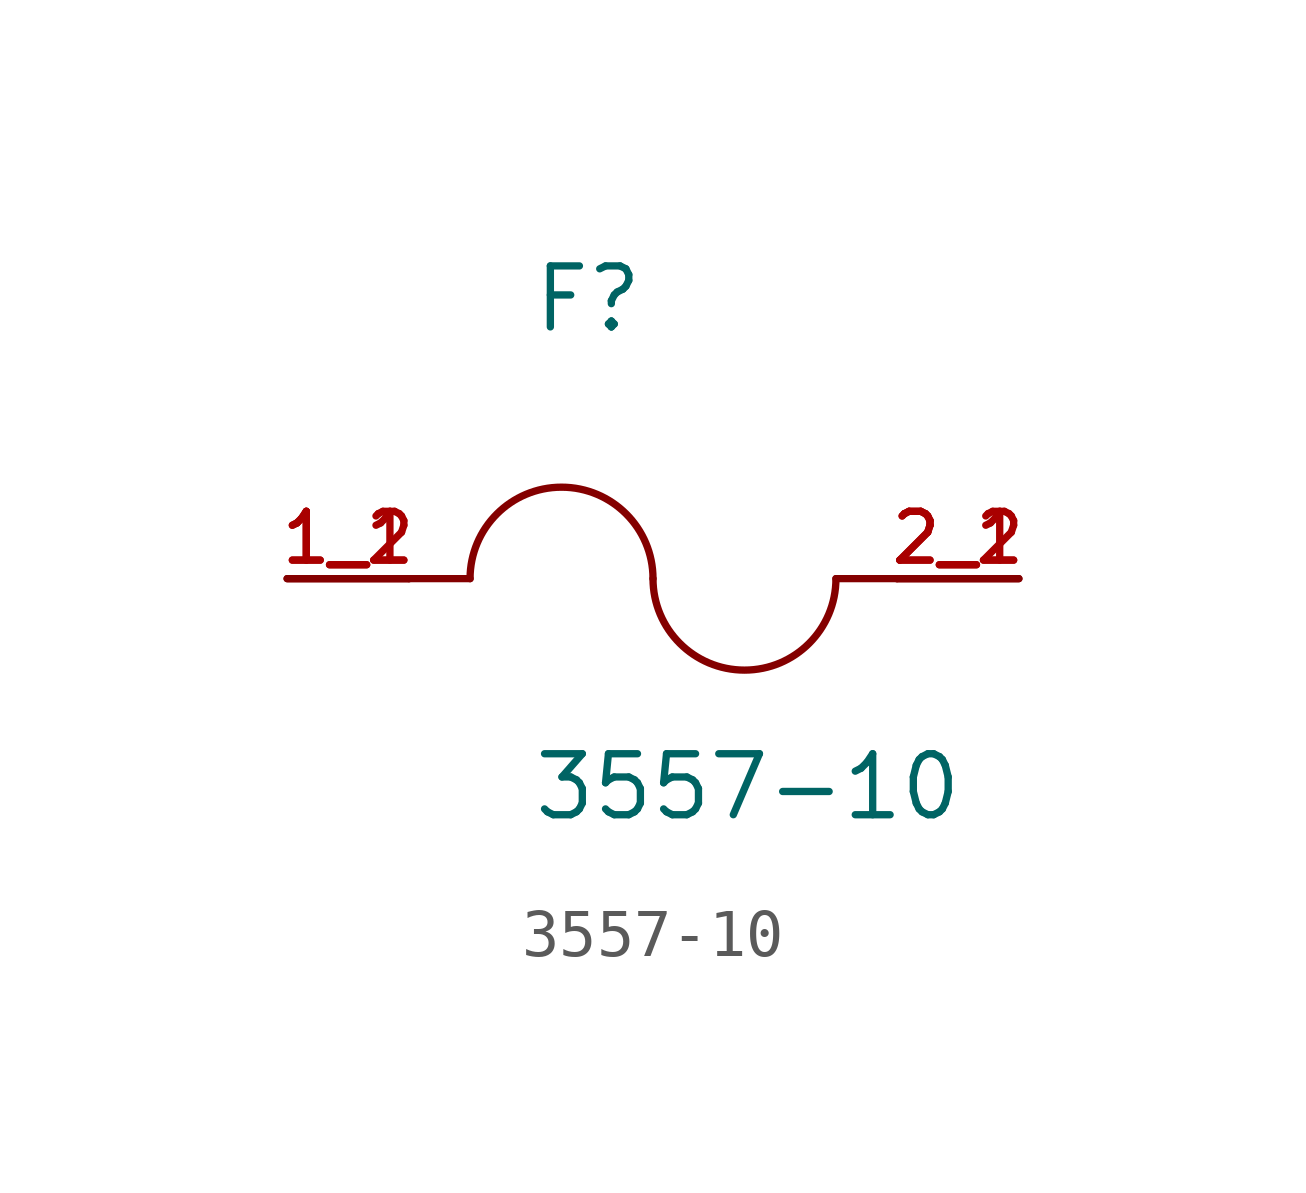
<source format=kicad_sym>
(kicad_symbol_lib
  (version 20211014)
  (generator kicad_symbol_editor)
  (symbol "3557-10"
    (pin_names
      (offset 1.016))
    (property "Reference" "F"
      (at -2.54 5.08 0)
      (effects (font (size 1.27 1.27)) (justify bottom left)))
    (property "Value" "3557-10"
      (at -2.54 -5.08 0)
      (effects (font (size 1.27 1.27)) (justify bottom left)))
    (symbol "3557-10_0_0"
      (arc (start 0.0 0.0) (mid -1.905 1.905) (end -3.81 0.0) (stroke (width 0.1524) (type default) (color 0 0 0 0)) (fill (type none)))
      (arc (start 3.81 0.0) (mid 1.905 -1.905) (end 0.0 0.0) (stroke (width 0.1524) (type default) (color 0 0 0 0)) (fill (type none)))
      (polyline (pts (xy 5.08 0.0) (xy 3.81 0.0)) (stroke (width 0.152)))
      (polyline (pts (xy -5.08 0.0) (xy -3.81 0.0)) (stroke (width 0.152)))
      (pin passive line (at -7.62 0.0 0) (length 2.54) (name "~" (effects (font (size 1.016 1.016)))) (number "1_1" (effects (font (size 1.016 1.016)))))
      (pin passive line (at 7.62 0.0 180.0) (length 2.54) (name "~" (effects (font (size 1.016 1.016)))) (number "2_1" (effects (font (size 1.016 1.016)))))
      (pin passive line (at -7.62 0.0 0) (length 2.54) (name "~" (effects (font (size 1.016 1.016)))) (number "1_2" (effects (font (size 1.016 1.016)))))
      (pin passive line (at 7.62 0.0 180.0) (length 2.54) (name "~" (effects (font (size 1.016 1.016)))) (number "2_2" (effects (font (size 1.016 1.016))))))))
</source>
